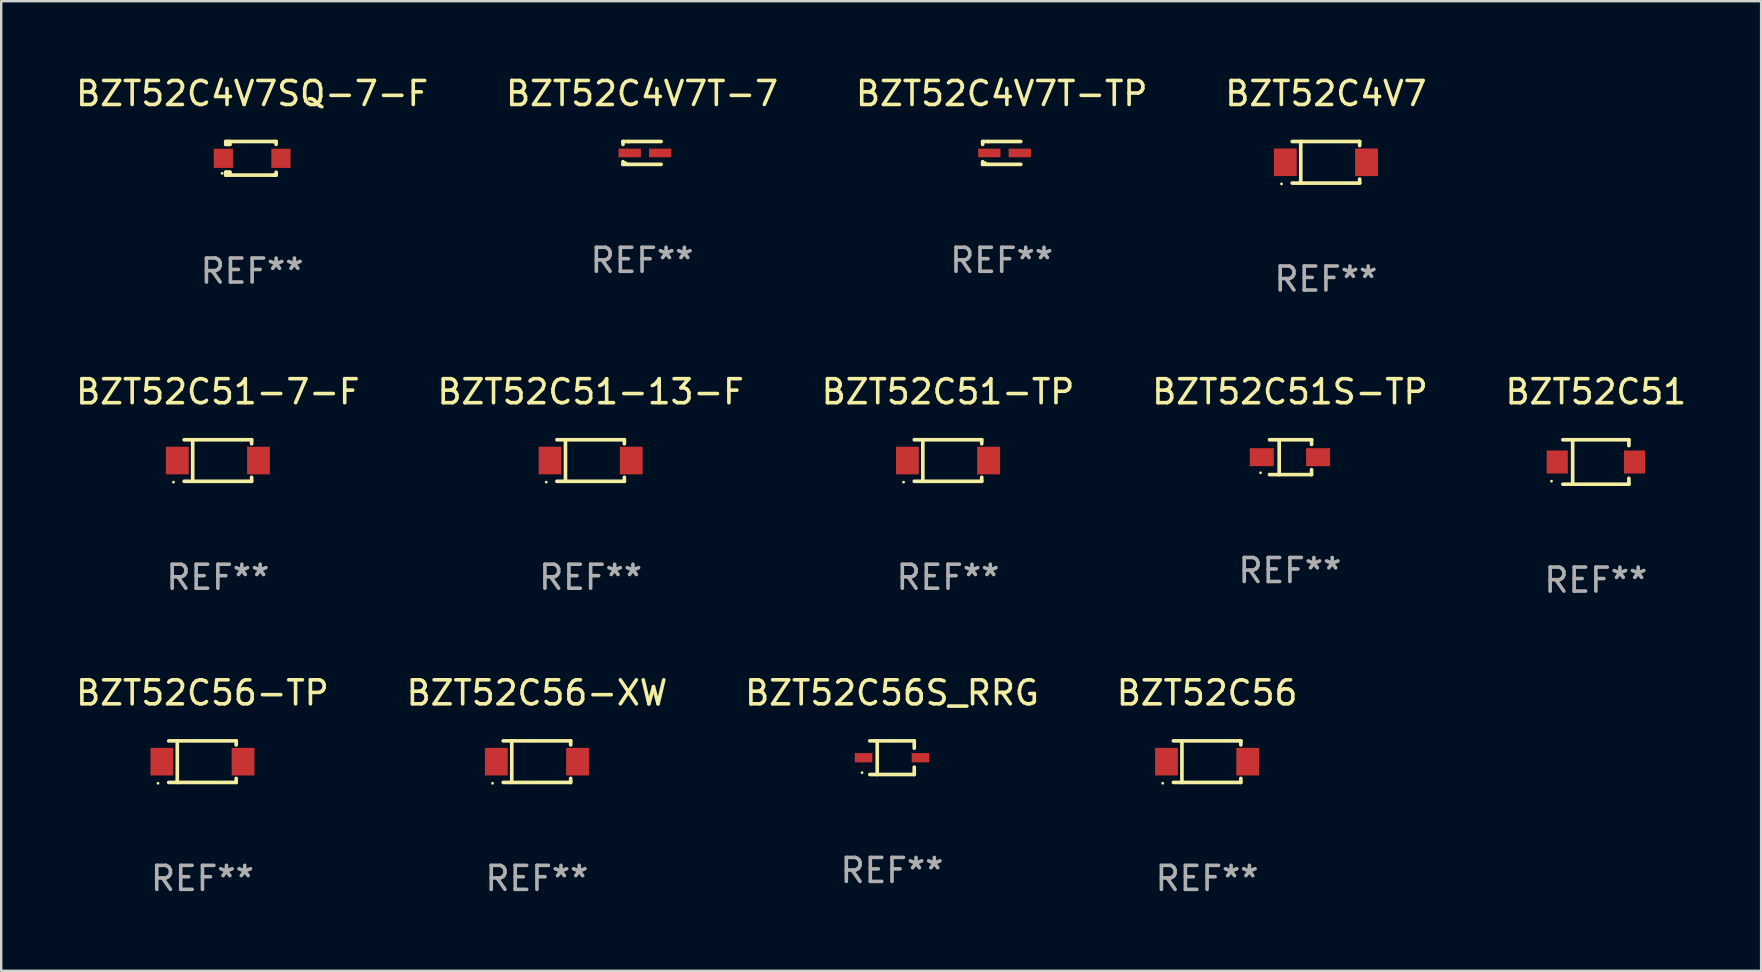
<source format=kicad_pcb>
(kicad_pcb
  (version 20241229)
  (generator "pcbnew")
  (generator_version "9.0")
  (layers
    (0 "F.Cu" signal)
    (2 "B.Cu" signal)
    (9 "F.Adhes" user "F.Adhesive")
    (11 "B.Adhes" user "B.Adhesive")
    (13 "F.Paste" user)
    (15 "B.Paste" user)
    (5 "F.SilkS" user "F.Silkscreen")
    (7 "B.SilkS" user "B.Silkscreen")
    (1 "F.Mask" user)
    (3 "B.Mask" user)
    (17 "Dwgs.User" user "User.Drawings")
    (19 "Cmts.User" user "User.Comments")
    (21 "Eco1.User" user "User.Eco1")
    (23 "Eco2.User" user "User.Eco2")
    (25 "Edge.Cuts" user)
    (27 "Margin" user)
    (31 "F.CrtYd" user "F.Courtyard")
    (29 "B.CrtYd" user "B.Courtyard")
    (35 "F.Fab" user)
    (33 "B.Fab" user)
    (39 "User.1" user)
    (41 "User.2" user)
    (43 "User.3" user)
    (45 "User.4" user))
  (footprint "BZT52C51S-TP"
    (layer "F.Cu")
    (at 50.708 16.003)
    (property "Reference" "BZT52C51S-TP" (at 0 -2.726 0) (layer "F.SilkS") (effects (font (size 1 1) (thickness 0.15))))
    (attr through_hole)
    (fp_line (start -0.851 -0.726) (end 0.901 -0.726) (stroke (width 0.152) (type solid)) (layer "F.SilkS"))
    (fp_line (start -0.851 0.726) (end 0.901 0.726) (stroke (width 0.152) (type solid)) (layer "F.SilkS"))
    (fp_line (start -0.447 -0.726) (end -0.447 0.726) (stroke (width 0.152) (type solid)) (layer "F.SilkS"))
    (fp_line (start 0.901 -0.726) (end 0.901 -0.53) (stroke (width 0.152) (type solid)) (layer "F.SilkS"))
    (fp_line (start 0.901 0.726) (end 0.901 0.52) (stroke (width 0.152) (type solid)) (layer "F.SilkS"))
    (fp_circle (center -1.225 0.65) (end -1.195 0.65) (stroke (width 0.06) (type solid)) (fill no) (layer "F.SilkS"))
    (fp_text user "REF**" (at 0 4.726 0) (layer "F.Fab") (effects (font (size 1 1) (thickness 0.15))))
    (pad "1" smd rect (at -1.173 0) (size 1 0.75) (layers "F.Cu" "F.Mask" "F.Paste"))
    (pad "2" smd rect (at 1.173 0) (size 1 0.75) (layers "F.Cu" "F.Mask" "F.Paste")))
  (footprint "BZT52C4V7"
    (layer "F.Cu")
    (at 52.208 3.714)
    (property "Reference" "BZT52C4V7" (at 0 -2.866 0) (layer "F.SilkS") (effects (font (size 1 1) (thickness 0.15))))
    (attr through_hole)
    (fp_line (start -1.406 -0.866) (end 1.406 -0.866) (stroke (width 0.152) (type solid)) (layer "F.SilkS"))
    (fp_line (start -1.406 0.866) (end 1.406 0.866) (stroke (width 0.152) (type solid)) (layer "F.SilkS"))
    (fp_line (start -1.049 -0.866) (end -1.049 0.866) (stroke (width 0.152) (type solid)) (layer "F.SilkS"))
    (fp_line (start 1.406 -0.866) (end 1.406 -0.698) (stroke (width 0.152) (type solid)) (layer "F.SilkS"))
    (fp_line (start 1.406 0.866) (end 1.406 0.698) (stroke (width 0.152) (type solid)) (layer "F.SilkS"))
    (fp_circle (center -1.851 0.9) (end -1.821 0.9) (stroke (width 0.06) (type solid)) (fill no) (layer "F.SilkS"))
    (fp_text user "REF**" (at 0 4.866 0) (layer "F.Fab") (effects (font (size 1 1) (thickness 0.15))))
    (pad "1" smd rect (at -1.692 0) (size 0.95 1.15) (layers "F.Cu" "F.Mask" "F.Paste"))
    (pad "2" smd rect (at 1.692 0) (size 0.95 1.15) (layers "F.Cu" "F.Mask" "F.Paste")))
  (footprint "BZT52C51-13-F"
    (layer "F.Cu")
    (at 21.565 16.143)
    (property "Reference" "BZT52C51-13-F" (at 0 -2.866 0) (layer "F.SilkS") (effects (font (size 1 1) (thickness 0.15))))
    (attr through_hole)
    (fp_line (start -1.406 -0.866) (end 1.406 -0.866) (stroke (width 0.152) (type solid)) (layer "F.SilkS"))
    (fp_line (start -1.406 0.866) (end 1.406 0.866) (stroke (width 0.152) (type solid)) (layer "F.SilkS"))
    (fp_line (start -1.049 -0.866) (end -1.049 0.866) (stroke (width 0.152) (type solid)) (layer "F.SilkS"))
    (fp_line (start 1.406 -0.866) (end 1.406 -0.698) (stroke (width 0.152) (type solid)) (layer "F.SilkS"))
    (fp_line (start 1.406 0.866) (end 1.406 0.698) (stroke (width 0.152) (type solid)) (layer "F.SilkS"))
    (fp_circle (center -1.851 0.9) (end -1.821 0.9) (stroke (width 0.06) (type solid)) (fill no) (layer "F.SilkS"))
    (fp_text user "REF**" (at 0 4.866 0) (layer "F.Fab") (effects (font (size 1 1) (thickness 0.15))))
    (pad "1" smd rect (at -1.692 0) (size 0.95 1.15) (layers "F.Cu" "F.Mask" "F.Paste"))
    (pad "2" smd rect (at 1.692 0) (size 0.95 1.15) (layers "F.Cu" "F.Mask" "F.Paste")))
  (footprint "BZT52C51-7-F"
    (layer "F.Cu")
    (at 6.03 16.143)
    (property "Reference" "BZT52C51-7-F" (at 0 -2.866 0) (layer "F.SilkS") (effects (font (size 1 1) (thickness 0.15))))
    (attr through_hole)
    (fp_line (start -1.406 -0.866) (end 1.406 -0.866) (stroke (width 0.152) (type solid)) (layer "F.SilkS"))
    (fp_line (start -1.406 0.866) (end 1.406 0.866) (stroke (width 0.152) (type solid)) (layer "F.SilkS"))
    (fp_line (start -1.049 -0.866) (end -1.049 0.866) (stroke (width 0.152) (type solid)) (layer "F.SilkS"))
    (fp_line (start 1.406 -0.866) (end 1.406 -0.698) (stroke (width 0.152) (type solid)) (layer "F.SilkS"))
    (fp_line (start 1.406 0.866) (end 1.406 0.698) (stroke (width 0.152) (type solid)) (layer "F.SilkS"))
    (fp_circle (center -1.851 0.9) (end -1.821 0.9) (stroke (width 0.06) (type solid)) (fill no) (layer "F.SilkS"))
    (fp_text user "REF**" (at 0 4.866 0) (layer "F.Fab") (effects (font (size 1 1) (thickness 0.15))))
    (pad "1" smd rect (at -1.692 0) (size 0.95 1.15) (layers "F.Cu" "F.Mask" "F.Paste"))
    (pad "2" smd rect (at 1.692 0) (size 0.95 1.15) (layers "F.Cu" "F.Mask" "F.Paste")))
  (footprint "BZT52C56"
    (layer "F.Cu")
    (at 47.256 28.692)
    (property "Reference" "BZT52C56" (at 0 -2.866 0) (layer "F.SilkS") (effects (font (size 1 1) (thickness 0.15))))
    (attr through_hole)
    (fp_line (start -1.406 -0.866) (end 1.406 -0.866) (stroke (width 0.152) (type solid)) (layer "F.SilkS"))
    (fp_line (start -1.406 0.866) (end 1.406 0.866) (stroke (width 0.152) (type solid)) (layer "F.SilkS"))
    (fp_line (start -1.049 -0.866) (end -1.049 0.866) (stroke (width 0.152) (type solid)) (layer "F.SilkS"))
    (fp_line (start 1.406 -0.866) (end 1.406 -0.698) (stroke (width 0.152) (type solid)) (layer "F.SilkS"))
    (fp_line (start 1.406 0.866) (end 1.406 0.698) (stroke (width 0.152) (type solid)) (layer "F.SilkS"))
    (fp_circle (center -1.851 0.9) (end -1.821 0.9) (stroke (width 0.06) (type solid)) (fill no) (layer "F.SilkS"))
    (fp_text user "REF**" (at 0 4.866 0) (layer "F.Fab") (effects (font (size 1 1) (thickness 0.15))))
    (pad "1" smd rect (at -1.692 0) (size 0.95 1.15) (layers "F.Cu" "F.Mask" "F.Paste"))
    (pad "2" smd rect (at 1.692 0) (size 0.95 1.15) (layers "F.Cu" "F.Mask" "F.Paste")))
  (footprint "BZT52C56-XW"
    (layer "F.Cu")
    (at 19.327 28.692)
    (property "Reference" "BZT52C56-XW" (at 0 -2.866 0) (layer "F.SilkS") (effects (font (size 1 1) (thickness 0.15))))
    (attr through_hole)
    (fp_line (start -1.406 -0.866) (end 1.406 -0.866) (stroke (width 0.152) (type solid)) (layer "F.SilkS"))
    (fp_line (start -1.406 0.866) (end 1.406 0.866) (stroke (width 0.152) (type solid)) (layer "F.SilkS"))
    (fp_line (start -1.049 -0.866) (end -1.049 0.866) (stroke (width 0.152) (type solid)) (layer "F.SilkS"))
    (fp_line (start 1.406 -0.866) (end 1.406 -0.698) (stroke (width 0.152) (type solid)) (layer "F.SilkS"))
    (fp_line (start 1.406 0.866) (end 1.406 0.698) (stroke (width 0.152) (type solid)) (layer "F.SilkS"))
    (fp_circle (center -1.851 0.9) (end -1.821 0.9) (stroke (width 0.06) (type solid)) (fill no) (layer "F.SilkS"))
    (fp_text user "REF**" (at 0 4.866 0) (layer "F.Fab") (effects (font (size 1 1) (thickness 0.15))))
    (pad "1" smd rect (at -1.692 0) (size 0.95 1.15) (layers "F.Cu" "F.Mask" "F.Paste"))
    (pad "2" smd rect (at 1.692 0) (size 0.95 1.15) (layers "F.Cu" "F.Mask" "F.Paste")))
  (footprint "BZT52C4V7T-TP"
    (layer "F.Cu")
    (at 38.696 3.324)
    (property "Reference" "BZT52C4V7T-TP" (at 0 -2.476 0) (layer "F.SilkS") (effects (font (size 1 1) (thickness 0.15))))
    (attr through_hole)
    (fp_line (start -0.795 -0.476) (end -0.795 -0.356) (stroke (width 0.152) (type solid)) (layer "F.SilkS"))
    (fp_line (start -0.795 0.363) (end -0.795 0.476) (stroke (width 0.152) (type solid)) (layer "F.SilkS"))
    (fp_line (start -0.795 0.476) (end -0.557 0.476) (stroke (width 0.152) (type solid)) (layer "F.SilkS"))
    (fp_line (start -0.557 -0.476) (end -0.795 -0.476) (stroke (width 0.152) (type solid)) (layer "F.SilkS"))
    (fp_line (start -0.557 -0.476) (end 0.795 -0.476) (stroke (width 0.152) (type solid)) (layer "F.SilkS"))
    (fp_line (start -0.557 0.476) (end 0.795 0.476) (stroke (width 0.152) (type solid)) (layer "F.SilkS"))
    (fp_circle (center -0.681 0.4) (end -0.651 0.4) (stroke (width 0.06) (type solid)) (fill no) (layer "F.SilkS"))
    (fp_text user "REF**" (at 0 4.476 0) (layer "F.Fab") (effects (font (size 1 1) (thickness 0.15))))
    (pad "1" smd rect (at -0.516 0 180) (size 0.93 0.36) (layers "F.Cu" "F.Mask" "F.Paste"))
    (pad "2" smd rect (at 0.754 0 180) (size 0.93 0.36) (layers "F.Cu" "F.Mask" "F.Paste")))
  (footprint "BZT52C51"
    (layer "F.Cu")
    (at 63.458 16.203)
    (property "Reference" "BZT52C51" (at 0 -2.926 0) (layer "F.SilkS") (effects (font (size 1 1) (thickness 0.15))))
    (attr through_hole)
    (fp_line (start -1.376 -0.926) (end 1.376 -0.926) (stroke (width 0.152) (type solid)) (layer "F.SilkS"))
    (fp_line (start -1.376 0.926) (end 1.376 0.926) (stroke (width 0.152) (type solid)) (layer "F.SilkS"))
    (fp_line (start -0.967 -0.926) (end -0.967 0.926) (stroke (width 0.152) (type solid)) (layer "F.SilkS"))
    (fp_line (start 1.376 -0.926) (end 1.376 -0.683) (stroke (width 0.152) (type solid)) (layer "F.SilkS"))
    (fp_line (start 1.376 0.926) (end 1.376 0.683) (stroke (width 0.152) (type solid)) (layer "F.SilkS"))
    (fp_circle (center -1.85 0.8) (end -1.82 0.8) (stroke (width 0.06) (type solid)) (fill no) (layer "F.SilkS"))
    (fp_text user "REF**" (at 0 4.926 0) (layer "F.Fab") (effects (font (size 1 1) (thickness 0.15))))
    (pad "1" smd rect (at -1.61 0) (size 0.88 0.96) (layers "F.Cu" "F.Mask" "F.Paste"))
    (pad "2" smd rect (at 1.61 0) (size 0.88 0.96) (layers "F.Cu" "F.Mask" "F.Paste")))
  (footprint "BZT52C56S_RRG"
    (layer "F.Cu")
    (at 34.125 28.527)
    (property "Reference" "BZT52C56S_RRG" (at 0 -2.701 0) (layer "F.SilkS") (effects (font (size 1 1) (thickness 0.15))))
    (attr through_hole)
    (fp_line (start -0.926 -0.701) (end 0.926 -0.701) (stroke (width 0.152) (type solid)) (layer "F.SilkS"))
    (fp_line (start -0.926 0.701) (end 0.926 0.701) (stroke (width 0.152) (type solid)) (layer "F.SilkS"))
    (fp_line (start -0.617 -0.701) (end -0.617 0.701) (stroke (width 0.152) (type solid)) (layer "F.SilkS"))
    (fp_line (start 0.926 -0.701) (end 0.926 -0.396) (stroke (width 0.152) (type solid)) (layer "F.SilkS"))
    (fp_line (start 0.926 0.701) (end 0.926 0.396) (stroke (width 0.152) (type solid)) (layer "F.SilkS"))
    (fp_circle (center -1.25 0.625) (end -1.22 0.625) (stroke (width 0.06) (type solid)) (fill no) (layer "F.SilkS"))
    (fp_text user "REF**" (at 0 4.701 0) (layer "F.Fab") (effects (font (size 1 1) (thickness 0.15))))
    (pad "1" smd rect (at -1.185 0 180) (size 0.73 0.385) (layers "F.Cu" "F.Mask" "F.Paste"))
    (pad "2" smd rect (at 1.185 0 180) (size 0.73 0.385) (layers "F.Cu" "F.Mask" "F.Paste")))
  (footprint "BZT52C4V7SQ-7-F"
    (layer "F.Cu")
    (at 7.458 3.548)
    (property "Reference" "BZT52C4V7SQ-7-F" (at 0 -2.7 0) (layer "F.SilkS") (effects (font (size 1 1) (thickness 0.15))))
    (attr through_hole)
    (fp_line (start -1.1 -0.7) (end -1.1 -0.58) (stroke (width 0.152) (type solid)) (layer "F.SilkS"))
    (fp_line (start -1.1 0.58) (end -1.1 0.7) (stroke (width 0.152) (type solid)) (layer "F.SilkS"))
    (fp_line (start -1.1 0.58) (end -0.927 0.58) (stroke (width 0.152) (type solid)) (layer "F.SilkS"))
    (fp_line (start -1.1 0.7) (end 0.9 0.7) (stroke (width 0.152) (type solid)) (layer "F.SilkS"))
    (fp_line (start -1.014 -0.58) (end -1.014 -0.7) (stroke (width 0.152) (type solid)) (layer "F.SilkS"))
    (fp_line (start -1.014 0.7) (end -1.014 0.58) (stroke (width 0.152) (type solid)) (layer "F.SilkS"))
    (fp_line (start -0.927 -0.7) (end -0.927 -0.58) (stroke (width 0.152) (type solid)) (layer "F.SilkS"))
    (fp_line (start -0.927 -0.58) (end -1.1 -0.58) (stroke (width 0.152) (type solid)) (layer "F.SilkS"))
    (fp_line (start -0.927 0.58) (end -0.927 0.7) (stroke (width 0.152) (type solid)) (layer "F.SilkS"))
    (fp_line (start 0.9 -0.7) (end -1.1 -0.7) (stroke (width 0.152) (type solid)) (layer "F.SilkS"))
    (fp_line (start 0.9 0.7) (end 1 0.7) (stroke (width 0.152) (type solid)) (layer "F.SilkS"))
    (fp_line (start 1 -0.7) (end 0.9 -0.7) (stroke (width 0.152) (type solid)) (layer "F.SilkS"))
    (fp_line (start 1 -0.58) (end 1 -0.7) (stroke (width 0.152) (type solid)) (layer "F.SilkS"))
    (fp_line (start 1 0.7) (end 1 0.58) (stroke (width 0.152) (type solid)) (layer "F.SilkS"))
    (fp_circle (center -1.25 0.625) (end -1.22 0.625) (stroke (width 0.06) (type solid)) (fill no) (layer "F.SilkS"))
    (fp_text user "REF**" (at 0 4.7 0) (layer "F.Fab") (effects (font (size 1 1) (thickness 0.15))))
    (pad "1" smd rect (at -1.2 0) (size 0.8 0.8) (layers "F.Cu" "F.Mask" "F.Paste"))
    (pad "2" smd rect (at 1.2 0) (size 0.8 0.8) (layers "F.Cu" "F.Mask" "F.Paste")))
  (footprint "BZT52C4V7T-7"
    (layer "F.Cu")
    (at 23.708 3.324)
    (property "Reference" "BZT52C4V7T-7" (at 0 -2.476 0) (layer "F.SilkS") (effects (font (size 1 1) (thickness 0.15))))
    (attr through_hole)
    (fp_line (start -0.795 -0.476) (end -0.795 -0.356) (stroke (width 0.152) (type solid)) (layer "F.SilkS"))
    (fp_line (start -0.795 0.363) (end -0.795 0.476) (stroke (width 0.152) (type solid)) (layer "F.SilkS"))
    (fp_line (start -0.795 0.476) (end -0.557 0.476) (stroke (width 0.152) (type solid)) (layer "F.SilkS"))
    (fp_line (start -0.557 -0.476) (end -0.795 -0.476) (stroke (width 0.152) (type solid)) (layer "F.SilkS"))
    (fp_line (start -0.557 -0.476) (end 0.795 -0.476) (stroke (width 0.152) (type solid)) (layer "F.SilkS"))
    (fp_line (start -0.557 0.476) (end 0.795 0.476) (stroke (width 0.152) (type solid)) (layer "F.SilkS"))
    (fp_circle (center -0.681 0.4) (end -0.651 0.4) (stroke (width 0.06) (type solid)) (fill no) (layer "F.SilkS"))
    (fp_text user "REF**" (at 0 4.476 0) (layer "F.Fab") (effects (font (size 1 1) (thickness 0.15))))
    (pad "1" smd rect (at -0.516 0 180) (size 0.93 0.36) (layers "F.Cu" "F.Mask" "F.Paste"))
    (pad "2" smd rect (at 0.754 0 180) (size 0.93 0.36) (layers "F.Cu" "F.Mask" "F.Paste")))
  (footprint "BZT52C56-TP"
    (layer "F.Cu")
    (at 5.387 28.692)
    (property "Reference" "BZT52C56-TP" (at 0 -2.866 0) (layer "F.SilkS") (effects (font (size 1 1) (thickness 0.15))))
    (attr through_hole)
    (fp_line (start -1.406 -0.866) (end 1.406 -0.866) (stroke (width 0.152) (type solid)) (layer "F.SilkS"))
    (fp_line (start -1.406 0.866) (end 1.406 0.866) (stroke (width 0.152) (type solid)) (layer "F.SilkS"))
    (fp_line (start -1.049 -0.866) (end -1.049 0.866) (stroke (width 0.152) (type solid)) (layer "F.SilkS"))
    (fp_line (start 1.406 -0.866) (end 1.406 -0.698) (stroke (width 0.152) (type solid)) (layer "F.SilkS"))
    (fp_line (start 1.406 0.866) (end 1.406 0.698) (stroke (width 0.152) (type solid)) (layer "F.SilkS"))
    (fp_circle (center -1.851 0.9) (end -1.821 0.9) (stroke (width 0.06) (type solid)) (fill no) (layer "F.SilkS"))
    (fp_text user "REF**" (at 0 4.866 0) (layer "F.Fab") (effects (font (size 1 1) (thickness 0.15))))
    (pad "1" smd rect (at -1.692 0) (size 0.95 1.15) (layers "F.Cu" "F.Mask" "F.Paste"))
    (pad "2" smd rect (at 1.692 0) (size 0.95 1.15) (layers "F.Cu" "F.Mask" "F.Paste")))
  (footprint "BZT52C51-TP"
    (layer "F.Cu")
    (at 36.458 16.143)
    (property "Reference" "BZT52C51-TP" (at 0 -2.866 0) (layer "F.SilkS") (effects (font (size 1 1) (thickness 0.15))))
    (attr through_hole)
    (fp_line (start -1.406 -0.866) (end 1.406 -0.866) (stroke (width 0.152) (type solid)) (layer "F.SilkS"))
    (fp_line (start -1.406 0.866) (end 1.406 0.866) (stroke (width 0.152) (type solid)) (layer "F.SilkS"))
    (fp_line (start -1.049 -0.866) (end -1.049 0.866) (stroke (width 0.152) (type solid)) (layer "F.SilkS"))
    (fp_line (start 1.406 -0.866) (end 1.406 -0.698) (stroke (width 0.152) (type solid)) (layer "F.SilkS"))
    (fp_line (start 1.406 0.866) (end 1.406 0.698) (stroke (width 0.152) (type solid)) (layer "F.SilkS"))
    (fp_circle (center -1.851 0.9) (end -1.821 0.9) (stroke (width 0.06) (type solid)) (fill no) (layer "F.SilkS"))
    (fp_text user "REF**" (at 0 4.866 0) (layer "F.Fab") (effects (font (size 1 1) (thickness 0.15))))
    (pad "1" smd rect (at -1.692 0) (size 0.95 1.15) (layers "F.Cu" "F.Mask" "F.Paste"))
    (pad "2" smd rect (at 1.692 0) (size 0.95 1.15) (layers "F.Cu" "F.Mask" "F.Paste")))
  (gr_rect
    (start -3 -3)
    (end 70.345 37.407)
    (stroke (width 0.1) (type default))
    (fill no)
    (layer "Edge.Cuts")))
</source>
